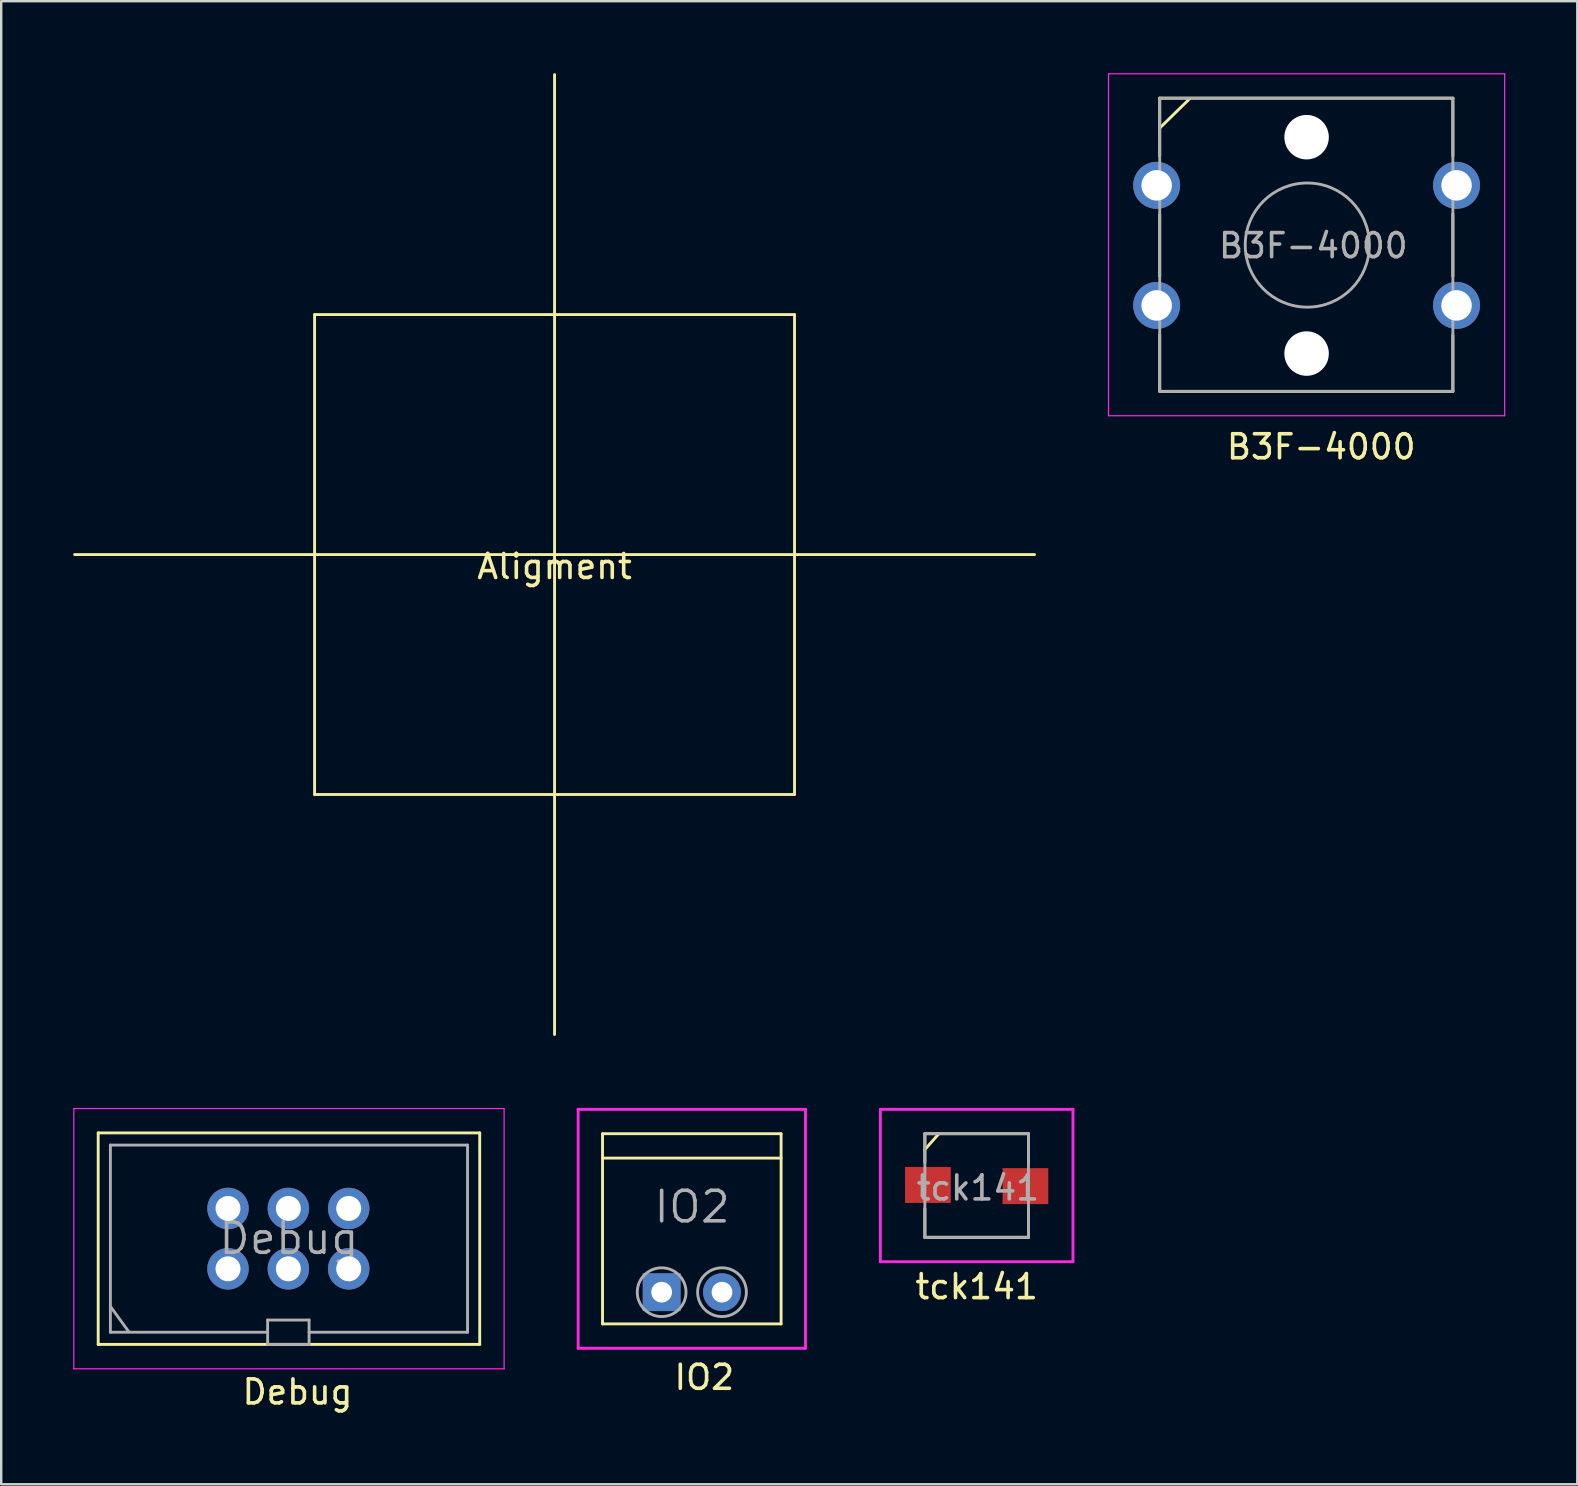
<source format=kicad_pcb>
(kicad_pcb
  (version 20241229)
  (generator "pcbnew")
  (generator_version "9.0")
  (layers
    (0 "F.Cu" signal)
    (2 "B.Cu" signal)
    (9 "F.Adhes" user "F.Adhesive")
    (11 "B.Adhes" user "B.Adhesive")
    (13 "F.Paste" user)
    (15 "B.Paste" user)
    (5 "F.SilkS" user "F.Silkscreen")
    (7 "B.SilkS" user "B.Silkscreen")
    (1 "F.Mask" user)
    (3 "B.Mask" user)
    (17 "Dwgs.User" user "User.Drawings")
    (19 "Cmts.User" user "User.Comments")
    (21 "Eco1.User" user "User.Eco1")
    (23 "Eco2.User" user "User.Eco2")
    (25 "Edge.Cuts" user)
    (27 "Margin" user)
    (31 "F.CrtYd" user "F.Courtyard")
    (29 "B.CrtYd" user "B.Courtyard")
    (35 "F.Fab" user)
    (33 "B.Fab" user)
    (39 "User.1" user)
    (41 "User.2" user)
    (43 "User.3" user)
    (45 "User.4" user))
  (footprint "B3F-4000"
    (layer "F.Cu")
    (at 45.152 4.674)
    (property "Reference" "B3F-4000" (at 6.858 10.897 0) (layer "F.SilkS") (effects (font (size 1 1) (thickness 0.15))))
    (attr through_hole)
    (fp_line (start 0.127 -3.632) (end 12.344 -3.632) (stroke (width 0.12) (type solid)) (layer "F.SilkS"))
    (fp_line (start 0.127 -2.388) (end 1.372 -3.607) (stroke (width 0.12) (type solid)) (layer "F.SilkS"))
    (fp_line (start 0.127 -1.219) (end 0.127 -3.632) (stroke (width 0.12) (type solid)) (layer "F.SilkS"))
    (fp_line (start 0.127 3.785) (end 0.127 1.219) (stroke (width 0.12) (type solid)) (layer "F.SilkS"))
    (fp_line (start 0.127 8.585) (end 0.127 6.223) (stroke (width 0.12) (type solid)) (layer "F.SilkS"))
    (fp_line (start 12.344 -3.632) (end 12.344 -1.219) (stroke (width 0.12) (type solid)) (layer "F.SilkS"))
    (fp_line (start 12.344 1.194) (end 12.344 3.785) (stroke (width 0.12) (type solid)) (layer "F.SilkS"))
    (fp_line (start 12.344 6.248) (end 12.344 8.585) (stroke (width 0.12) (type solid)) (layer "F.SilkS"))
    (fp_line (start 12.344 8.585) (end 0.127 8.585) (stroke (width 0.12) (type solid)) (layer "F.SilkS"))
    (fp_line (start -2.007 -4.648) (end -2.007 9.601) (stroke (width 0.051) (type solid)) (layer "F.CrtYd"))
    (fp_line (start -2.007 -4.648) (end 14.503 -4.648) (stroke (width 0.051) (type solid)) (layer "F.CrtYd"))
    (fp_line (start -2.007 9.601) (end 14.503 9.601) (stroke (width 0.051) (type solid)) (layer "F.CrtYd"))
    (fp_line (start 14.503 -4.648) (end 14.503 9.601) (stroke (width 0.051) (type solid)) (layer "F.CrtYd"))
    (fp_line (start 0.127 -3.632) (end 0.127 8.585) (stroke (width 0.12) (type solid)) (layer "F.Fab"))
    (fp_line (start 0.127 -3.632) (end 12.344 -3.632) (stroke (width 0.12) (type solid)) (layer "F.Fab"))
    (fp_line (start 0.127 8.585) (end 12.344 8.585) (stroke (width 0.12) (type solid)) (layer "F.Fab"))
    (fp_line (start 12.344 8.585) (end 12.344 -3.632) (stroke (width 0.12) (type solid)) (layer "F.Fab"))
    (fp_circle (center 6.278 2.489) (end 8.865 2.489) (stroke (width 0.12) (type solid)) (fill no) (layer "F.Fab"))
    (fp_text user "${REFERENCE}" (at 6.528 2.515 0) (layer "F.Fab") (effects (font (size 1 1) (thickness 0.15))))
    (pad "" np_thru_hole circle (at 6.248 -2.007) (size 1.854 1.854) (drill 1.854) (layers "*.Cu" "*.Mask"))
    (pad "" np_thru_hole circle (at 6.248 7.01) (size 1.854 1.854) (drill 1.854) (layers "*.Cu" "*.Mask"))
    (pad "1" thru_hole circle (at 0 0) (size 1.956 1.956) (drill 1.27) (layers "*.Cu" "*.Mask"))
    (pad "2" thru_hole circle (at 0 5.004) (size 1.956 1.956) (drill 1.27) (layers "*.Cu" "*.Mask"))
    (pad "3" thru_hole circle (at 12.497 0) (size 1.956 1.956) (drill 1.27) (layers "*.Cu" "*.Mask"))
    (pad "4" thru_hole circle (at 12.497 5.004) (size 1.956 1.956) (drill 1.27) (layers "*.Cu" "*.Mask")))
  (footprint "Debug"
    (layer "F.Cu")
    (at 6.452 49.826)
    (property "Reference" "Debug" (at 2.896 5.131 0) (layer "F.SilkS") (effects (font (size 1 1) (thickness 0.15))))
    (attr through_hole)
    (fp_line (start -5.41 -5.664) (end -5.41 3.15) (stroke (width 0.12) (type solid)) (layer "F.SilkS"))
    (fp_line (start -5.41 3.15) (end 10.49 3.15) (stroke (width 0.12) (type solid)) (layer "F.SilkS"))
    (fp_line (start 10.49 -5.664) (end -5.41 -5.664) (stroke (width 0.12) (type solid)) (layer "F.SilkS"))
    (fp_line (start 10.49 3.15) (end 10.49 -5.664) (stroke (width 0.12) (type solid)) (layer "F.SilkS"))
    (fp_line (start -6.426 -6.68) (end -6.426 4.166) (stroke (width 0.051) (type solid)) (layer "F.CrtYd"))
    (fp_line (start -6.426 4.166) (end 11.506 4.166) (stroke (width 0.051) (type solid)) (layer "F.CrtYd"))
    (fp_line (start 11.506 -6.68) (end -6.426 -6.68) (stroke (width 0.051) (type solid)) (layer "F.CrtYd"))
    (fp_line (start 11.506 4.166) (end 11.506 -6.68) (stroke (width 0.051) (type solid)) (layer "F.CrtYd"))
    (fp_line (start -4.902 -5.156) (end -4.902 2.642) (stroke (width 0.12) (type solid)) (layer "F.Fab"))
    (fp_line (start -4.902 2.642) (end 1.651 2.642) (stroke (width 0.12) (type solid)) (layer "F.Fab"))
    (fp_line (start -4.877 1.6) (end -4.14 2.616) (stroke (width 0.12) (type solid)) (layer "F.Fab"))
    (fp_line (start 1.651 2.134) (end 3.378 2.134) (stroke (width 0.12) (type solid)) (layer "F.Fab"))
    (fp_line (start 1.651 3.15) (end 1.651 2.134) (stroke (width 0.12) (type solid)) (layer "F.Fab"))
    (fp_line (start 3.378 2.642) (end 9.982 2.642) (stroke (width 0.12) (type solid)) (layer "F.Fab"))
    (fp_line (start 3.378 3.15) (end 1.651 3.15) (stroke (width 0.12) (type solid)) (layer "F.Fab"))
    (fp_line (start 3.378 3.15) (end 3.378 2.134) (stroke (width 0.12) (type solid)) (layer "F.Fab"))
    (fp_line (start 9.982 -5.156) (end -4.902 -5.156) (stroke (width 0.12) (type solid)) (layer "F.Fab"))
    (fp_line (start 9.982 2.642) (end 9.982 -5.156) (stroke (width 0.12) (type solid)) (layer "F.Fab"))
    (fp_text user "${REFERENCE}" (at 2.54 -1.27 0) (layer "F.Fab") (effects (font (size 1.27 1.27) (thickness 0.15))))
    (pad "1" thru_hole circle (at 0 0) (size 1.727 1.727) (drill 1.041) (layers "*.Cu" "*.Mask"))
    (pad "2" thru_hole circle (at 0 -2.515) (size 1.727 1.727) (drill 1.041) (layers "*.Cu" "*.Mask"))
    (pad "3" thru_hole circle (at 2.515 0) (size 1.727 1.727) (drill 1.041) (layers "*.Cu" "*.Mask"))
    (pad "4" thru_hole circle (at 2.515 -2.515) (size 1.727 1.727) (drill 1.041) (layers "*.Cu" "*.Mask"))
    (pad "5" thru_hole circle (at 5.029 0) (size 1.727 1.727) (drill 1.041) (layers "*.Cu" "*.Mask"))
    (pad "6" thru_hole circle (at 5.029 -2.515) (size 1.727 1.727) (drill 1.041) (layers "*.Cu" "*.Mask")))
  (footprint "IO2"
    (layer "F.Cu")
    (at 24.523 50.8)
    (property "Reference" "IO2" (at 1.778 3.548 0) (layer "F.SilkS") (effects (font (size 1 1) (thickness 0.15))))
    (attr through_hole)
    (fp_line (start -2.464 -6.604) (end -2.464 1.321) (stroke (width 0.12) (type solid)) (layer "F.SilkS"))
    (fp_line (start -2.464 -6.604) (end 4.978 -6.604) (stroke (width 0.12) (type solid)) (layer "F.SilkS"))
    (fp_line (start -2.464 -5.588) (end 4.978 -5.588) (stroke (width 0.12) (type solid)) (layer "F.SilkS"))
    (fp_line (start 4.978 -6.604) (end 4.978 1.321) (stroke (width 0.12) (type solid)) (layer "F.SilkS"))
    (fp_line (start 4.978 1.321) (end -2.464 1.321) (stroke (width 0.12) (type solid)) (layer "F.SilkS"))
    (fp_line (start -3.48 -7.62) (end -3.48 2.337) (stroke (width 0.12) (type solid)) (layer "F.CrtYd"))
    (fp_line (start -3.48 -7.62) (end 5.994 -7.62) (stroke (width 0.12) (type solid)) (layer "F.CrtYd"))
    (fp_line (start 5.994 -7.62) (end 5.994 2.337) (stroke (width 0.12) (type solid)) (layer "F.CrtYd"))
    (fp_line (start 5.994 2.337) (end -3.48 2.337) (stroke (width 0.12) (type solid)) (layer "F.CrtYd"))
    (fp_circle (center 0 0) (end 1.016 0) (stroke (width 0.12) (type solid)) (fill no) (layer "F.Fab"))
    (fp_circle (center 2.515 0) (end 3.531 0) (stroke (width 0.12) (type solid)) (fill no) (layer "F.Fab"))
    (fp_text user "${REFERENCE}" (at 1.27 -3.556 0) (layer "F.Fab") (effects (font (size 1.27 1.27) (thickness 0.15))))
    (pad "1" thru_hole rect (at 0 0) (size 1.575 1.575) (drill 0.864) (layers "*.Cu" "*.Mask"))
    (pad "2" thru_hole circle (at 2.515 0) (size 1.575 1.575) (drill 0.864) (layers "*.Cu" "*.Mask")))
  (footprint "tck141"
    (layer "F.Cu")
    (at 37.651 46.355)
    (property "Reference" "tck141" (at 0 4.216 0) (layer "F.SilkS") (effects (font (size 1 1) (thickness 0.15))))
    (attr through_hole)
    (fp_line (start -2.159 -2.159) (end -2.159 -0.965) (stroke (width 0.12) (type solid)) (layer "F.SilkS"))
    (fp_line (start -2.159 -2.159) (end 2.159 -2.159) (stroke (width 0.12) (type solid)) (layer "F.SilkS"))
    (fp_line (start -2.159 -1.499) (end -1.575 -2.159) (stroke (width 0.12) (type solid)) (layer "F.SilkS"))
    (fp_line (start -2.159 0.965) (end -2.159 2.159) (stroke (width 0.12) (type solid)) (layer "F.SilkS"))
    (fp_line (start -2.159 2.159) (end 2.159 2.159) (stroke (width 0.12) (type solid)) (layer "F.SilkS"))
    (fp_line (start 2.159 -2.159) (end 2.159 -0.965) (stroke (width 0.12) (type solid)) (layer "F.SilkS"))
    (fp_line (start 2.159 0.965) (end 2.159 2.159) (stroke (width 0.12) (type solid)) (layer "F.SilkS"))
    (fp_line (start -4.013 -3.175) (end 4.013 -3.175) (stroke (width 0.12) (type solid)) (layer "F.CrtYd"))
    (fp_line (start -4.013 3.175) (end -4.013 -3.175) (stroke (width 0.12) (type solid)) (layer "F.CrtYd"))
    (fp_line (start -4.013 3.175) (end 4.013 3.175) (stroke (width 0.12) (type solid)) (layer "F.CrtYd"))
    (fp_line (start 4.013 -3.175) (end 4.013 3.175) (stroke (width 0.12) (type solid)) (layer "F.CrtYd"))
    (fp_line (start -2.159 -2.159) (end -2.159 2.159) (stroke (width 0.12) (type solid)) (layer "F.Fab"))
    (fp_line (start -2.159 2.159) (end 2.159 2.159) (stroke (width 0.12) (type solid)) (layer "F.Fab"))
    (fp_line (start 2.159 -2.159) (end -2.159 -2.159) (stroke (width 0.12) (type solid)) (layer "F.Fab"))
    (fp_line (start 2.159 2.159) (end 2.159 -2.159) (stroke (width 0.12) (type solid)) (layer "F.Fab"))
    (fp_text user "${REFERENCE}" (at 0.051 0.102 0) (layer "F.Fab") (effects (font (size 1 1) (thickness 0.15))))
    (pad "1" smd rect (at -2.032 -0.025) (size 1.905 1.499) (layers "F.Cu" "F.Mask" "F.Paste"))
    (pad "2" smd rect (at 2.032 0.025) (size 1.905 1.499) (layers "F.Cu" "F.Mask" "F.Paste")))
  (footprint "Aligment"
    (layer "F.Cu")
    (at 20.06 20.06)
    (property "Reference" "Aligment" (at 0 0.5 0) (layer "F.SilkS") (effects (font (size 1 1) (thickness 0.15))))
    (attr through_hole)
    (fp_line (start -20 0) (end 20 0) (stroke (width 0.12) (type solid)) (layer "F.SilkS"))
    (fp_line (start -10 -10) (end 10 -10) (stroke (width 0.12) (type solid)) (layer "F.SilkS"))
    (fp_line (start -10 0) (end -10 -10) (stroke (width 0.12) (type solid)) (layer "F.SilkS"))
    (fp_line (start -10 10) (end -10 0) (stroke (width 0.12) (type solid)) (layer "F.SilkS"))
    (fp_line (start 0 -20) (end 0 20) (stroke (width 0.12) (type solid)) (layer "F.SilkS"))
    (fp_line (start 10 -10) (end 10 10) (stroke (width 0.12) (type solid)) (layer "F.SilkS"))
    (fp_line (start 10 10) (end -10 10) (stroke (width 0.12) (type solid)) (layer "F.SilkS")))
  (gr_rect
    (start -3 -3)
    (end 62.681 58.805)
    (stroke (width 0.1) (type default))
    (fill no)
    (layer "Edge.Cuts")))
</source>
